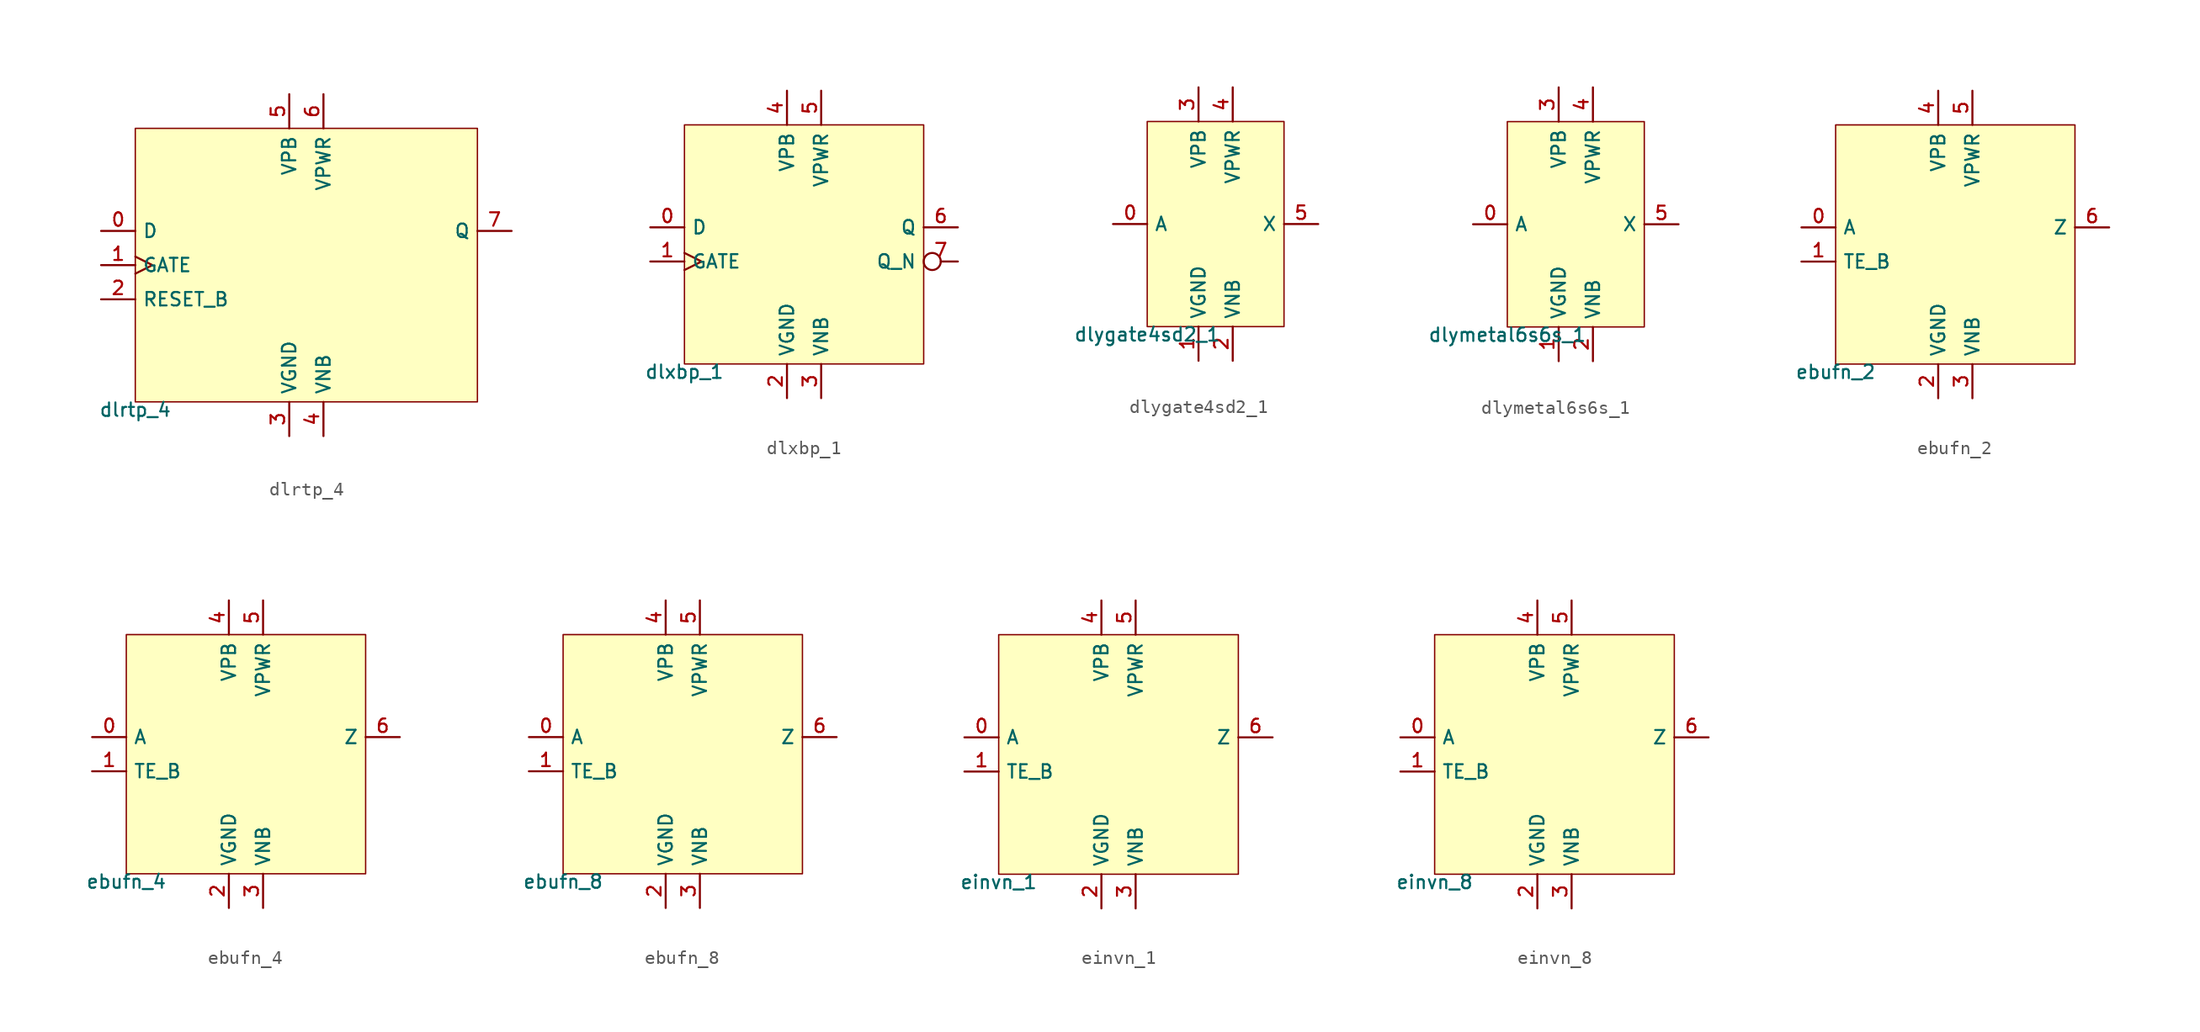
<source format=kicad_sym>
(kicad_symbol_lib
  (version 20211014)
  (generator lef2kicad_sym)
  (symbol "dlrtp_4"
    (property "Reference" "CELL"
      (at 0 0 0)
      (effects (font (size 1 1)) hide))
    (property "Value" "dlrtp_4"
      (at -12.7 -10.16 0)
      (effects (font (size 1 1)) (justify top)))
    (rectangle
      (start -12.7 -10.16)
      (end 12.7 10.16)
      (stroke (width 0.1) (type solid) (color 0 0 0 0))
      (fill (type background)))
    (pin input line
      (at -15.24 2.54 0)
      (length 2.54)
      (name "D" (effects (font (size 1 1)) hide))
      (number "0" (effects (font (size 1 1)) hide)))
    (pin input clock
      (at -15.24 0.0 0)
      (length 2.54)
      (name "GATE" (effects (font (size 1 1)) hide))
      (number "1" (effects (font (size 1 1)) hide)))
    (pin input line
      (at -15.24 -2.54 0)
      (length 2.54)
      (name "RESET_B" (effects (font (size 1 1)) hide))
      (number "2" (effects (font (size 1 1)) hide)))
    (pin power_in line
      (at -1.27 -12.7 90)
      (length 2.54)
      (name "VGND" (effects (font (size 1 1)) hide))
      (number "3" (effects (font (size 1 1)) hide)))
    (pin power_in line
      (at 1.27 -12.7 90)
      (length 2.54)
      (name "VNB" (effects (font (size 1 1)) hide))
      (number "4" (effects (font (size 1 1)) hide)))
    (pin power_in line
      (at -1.27 12.7 270)
      (length 2.54)
      (name "VPB" (effects (font (size 1 1)) hide))
      (number "5" (effects (font (size 1 1)) hide)))
    (pin power_in line
      (at 1.27 12.7 270)
      (length 2.54)
      (name "VPWR" (effects (font (size 1 1)) hide))
      (number "6" (effects (font (size 1 1)) hide)))
    (pin output line
      (at 15.24 2.54 180)
      (length 2.54)
      (name "Q" (effects (font (size 1 1)) hide))
      (number "7" (effects (font (size 1 1)) hide))))
  (symbol "dlxbp_1"
    (property "Reference" "CELL"
      (at 0 0 0)
      (effects (font (size 1 1)) hide))
    (property "Value" "dlxbp_1"
      (at -8.89 -8.89 0)
      (effects (font (size 1 1)) (justify top)))
    (rectangle
      (start -8.89 -8.89)
      (end 8.89 8.89)
      (stroke (width 0.1) (type solid) (color 0 0 0 0))
      (fill (type background)))
    (pin input line
      (at -11.43 1.27 0)
      (length 2.54)
      (name "D" (effects (font (size 1 1)) hide))
      (number "0" (effects (font (size 1 1)) hide)))
    (pin input clock
      (at -11.43 -1.27 0)
      (length 2.54)
      (name "GATE" (effects (font (size 1 1)) hide))
      (number "1" (effects (font (size 1 1)) hide)))
    (pin power_in line
      (at -1.27 -11.43 90)
      (length 2.54)
      (name "VGND" (effects (font (size 1 1)) hide))
      (number "2" (effects (font (size 1 1)) hide)))
    (pin power_in line
      (at 1.27 -11.43 90)
      (length 2.54)
      (name "VNB" (effects (font (size 1 1)) hide))
      (number "3" (effects (font (size 1 1)) hide)))
    (pin power_in line
      (at -1.27 11.43 270)
      (length 2.54)
      (name "VPB" (effects (font (size 1 1)) hide))
      (number "4" (effects (font (size 1 1)) hide)))
    (pin power_in line
      (at 1.27 11.43 270)
      (length 2.54)
      (name "VPWR" (effects (font (size 1 1)) hide))
      (number "5" (effects (font (size 1 1)) hide)))
    (pin output line
      (at 11.43 1.27 180)
      (length 2.54)
      (name "Q" (effects (font (size 1 1)) hide))
      (number "6" (effects (font (size 1 1)) hide)))
    (pin output inverted
      (at 11.43 -1.27 180)
      (length 2.54)
      (name "Q_N" (effects (font (size 1 1)) hide))
      (number "7" (effects (font (size 1 1)) hide))))
  (symbol "dlygate4sd2_1"
    (property "Reference" "CELL"
      (at 0 0 0)
      (effects (font (size 1 1)) hide))
    (property "Value" "dlygate4sd2_1"
      (at -5.08 -7.62 0)
      (effects (font (size 1 1)) (justify top)))
    (rectangle
      (start -5.08 -7.62)
      (end 5.08 7.62)
      (stroke (width 0.1) (type solid) (color 0 0 0 0))
      (fill (type background)))
    (pin input line
      (at -7.62 0.0 0)
      (length 2.54)
      (name "A" (effects (font (size 1 1)) hide))
      (number "0" (effects (font (size 1 1)) hide)))
    (pin power_in line
      (at -1.27 -10.16 90)
      (length 2.54)
      (name "VGND" (effects (font (size 1 1)) hide))
      (number "1" (effects (font (size 1 1)) hide)))
    (pin power_in line
      (at 1.27 -10.16 90)
      (length 2.54)
      (name "VNB" (effects (font (size 1 1)) hide))
      (number "2" (effects (font (size 1 1)) hide)))
    (pin power_in line
      (at -1.27 10.16 270)
      (length 2.54)
      (name "VPB" (effects (font (size 1 1)) hide))
      (number "3" (effects (font (size 1 1)) hide)))
    (pin power_in line
      (at 1.27 10.16 270)
      (length 2.54)
      (name "VPWR" (effects (font (size 1 1)) hide))
      (number "4" (effects (font (size 1 1)) hide)))
    (pin output line
      (at 7.62 0.0 180)
      (length 2.54)
      (name "X" (effects (font (size 1 1)) hide))
      (number "5" (effects (font (size 1 1)) hide))))
  (symbol "dlymetal6s6s_1"
    (property "Reference" "CELL"
      (at 0 0 0)
      (effects (font (size 1 1)) hide))
    (property "Value" "dlymetal6s6s_1"
      (at -5.08 -7.62 0)
      (effects (font (size 1 1)) (justify top)))
    (rectangle
      (start -5.08 -7.62)
      (end 5.08 7.62)
      (stroke (width 0.1) (type solid) (color 0 0 0 0))
      (fill (type background)))
    (pin input line
      (at -7.62 0.0 0)
      (length 2.54)
      (name "A" (effects (font (size 1 1)) hide))
      (number "0" (effects (font (size 1 1)) hide)))
    (pin power_in line
      (at -1.27 -10.16 90)
      (length 2.54)
      (name "VGND" (effects (font (size 1 1)) hide))
      (number "1" (effects (font (size 1 1)) hide)))
    (pin power_in line
      (at 1.27 -10.16 90)
      (length 2.54)
      (name "VNB" (effects (font (size 1 1)) hide))
      (number "2" (effects (font (size 1 1)) hide)))
    (pin power_in line
      (at -1.27 10.16 270)
      (length 2.54)
      (name "VPB" (effects (font (size 1 1)) hide))
      (number "3" (effects (font (size 1 1)) hide)))
    (pin power_in line
      (at 1.27 10.16 270)
      (length 2.54)
      (name "VPWR" (effects (font (size 1 1)) hide))
      (number "4" (effects (font (size 1 1)) hide)))
    (pin output line
      (at 7.62 0.0 180)
      (length 2.54)
      (name "X" (effects (font (size 1 1)) hide))
      (number "5" (effects (font (size 1 1)) hide))))
  (symbol "ebufn_2"
    (property "Reference" "CELL"
      (at 0 0 0)
      (effects (font (size 1 1)) hide))
    (property "Value" "ebufn_2"
      (at -8.89 -8.89 0)
      (effects (font (size 1 1)) (justify top)))
    (rectangle
      (start -8.89 -8.89)
      (end 8.89 8.89)
      (stroke (width 0.1) (type solid) (color 0 0 0 0))
      (fill (type background)))
    (pin input line
      (at -11.43 1.27 0)
      (length 2.54)
      (name "A" (effects (font (size 1 1)) hide))
      (number "0" (effects (font (size 1 1)) hide)))
    (pin input line
      (at -11.43 -1.27 0)
      (length 2.54)
      (name "TE_B" (effects (font (size 1 1)) hide))
      (number "1" (effects (font (size 1 1)) hide)))
    (pin power_in line
      (at -1.27 -11.43 90)
      (length 2.54)
      (name "VGND" (effects (font (size 1 1)) hide))
      (number "2" (effects (font (size 1 1)) hide)))
    (pin power_in line
      (at 1.27 -11.43 90)
      (length 2.54)
      (name "VNB" (effects (font (size 1 1)) hide))
      (number "3" (effects (font (size 1 1)) hide)))
    (pin power_in line
      (at -1.27 11.43 270)
      (length 2.54)
      (name "VPB" (effects (font (size 1 1)) hide))
      (number "4" (effects (font (size 1 1)) hide)))
    (pin power_in line
      (at 1.27 11.43 270)
      (length 2.54)
      (name "VPWR" (effects (font (size 1 1)) hide))
      (number "5" (effects (font (size 1 1)) hide)))
    (pin output line
      (at 11.43 1.27 180)
      (length 2.54)
      (name "Z" (effects (font (size 1 1)) hide))
      (number "6" (effects (font (size 1 1)) hide))))
  (symbol "ebufn_4"
    (property "Reference" "CELL"
      (at 0 0 0)
      (effects (font (size 1 1)) hide))
    (property "Value" "ebufn_4"
      (at -8.89 -8.89 0)
      (effects (font (size 1 1)) (justify top)))
    (rectangle
      (start -8.89 -8.89)
      (end 8.89 8.89)
      (stroke (width 0.1) (type solid) (color 0 0 0 0))
      (fill (type background)))
    (pin input line
      (at -11.43 1.27 0)
      (length 2.54)
      (name "A" (effects (font (size 1 1)) hide))
      (number "0" (effects (font (size 1 1)) hide)))
    (pin input line
      (at -11.43 -1.27 0)
      (length 2.54)
      (name "TE_B" (effects (font (size 1 1)) hide))
      (number "1" (effects (font (size 1 1)) hide)))
    (pin power_in line
      (at -1.27 -11.43 90)
      (length 2.54)
      (name "VGND" (effects (font (size 1 1)) hide))
      (number "2" (effects (font (size 1 1)) hide)))
    (pin power_in line
      (at 1.27 -11.43 90)
      (length 2.54)
      (name "VNB" (effects (font (size 1 1)) hide))
      (number "3" (effects (font (size 1 1)) hide)))
    (pin power_in line
      (at -1.27 11.43 270)
      (length 2.54)
      (name "VPB" (effects (font (size 1 1)) hide))
      (number "4" (effects (font (size 1 1)) hide)))
    (pin power_in line
      (at 1.27 11.43 270)
      (length 2.54)
      (name "VPWR" (effects (font (size 1 1)) hide))
      (number "5" (effects (font (size 1 1)) hide)))
    (pin output line
      (at 11.43 1.27 180)
      (length 2.54)
      (name "Z" (effects (font (size 1 1)) hide))
      (number "6" (effects (font (size 1 1)) hide))))
  (symbol "ebufn_8"
    (property "Reference" "CELL"
      (at 0 0 0)
      (effects (font (size 1 1)) hide))
    (property "Value" "ebufn_8"
      (at -8.89 -8.89 0)
      (effects (font (size 1 1)) (justify top)))
    (rectangle
      (start -8.89 -8.89)
      (end 8.89 8.89)
      (stroke (width 0.1) (type solid) (color 0 0 0 0))
      (fill (type background)))
    (pin input line
      (at -11.43 1.27 0)
      (length 2.54)
      (name "A" (effects (font (size 1 1)) hide))
      (number "0" (effects (font (size 1 1)) hide)))
    (pin input line
      (at -11.43 -1.27 0)
      (length 2.54)
      (name "TE_B" (effects (font (size 1 1)) hide))
      (number "1" (effects (font (size 1 1)) hide)))
    (pin power_in line
      (at -1.27 -11.43 90)
      (length 2.54)
      (name "VGND" (effects (font (size 1 1)) hide))
      (number "2" (effects (font (size 1 1)) hide)))
    (pin power_in line
      (at 1.27 -11.43 90)
      (length 2.54)
      (name "VNB" (effects (font (size 1 1)) hide))
      (number "3" (effects (font (size 1 1)) hide)))
    (pin power_in line
      (at -1.27 11.43 270)
      (length 2.54)
      (name "VPB" (effects (font (size 1 1)) hide))
      (number "4" (effects (font (size 1 1)) hide)))
    (pin power_in line
      (at 1.27 11.43 270)
      (length 2.54)
      (name "VPWR" (effects (font (size 1 1)) hide))
      (number "5" (effects (font (size 1 1)) hide)))
    (pin output line
      (at 11.43 1.27 180)
      (length 2.54)
      (name "Z" (effects (font (size 1 1)) hide))
      (number "6" (effects (font (size 1 1)) hide))))
  (symbol "einvn_1"
    (property "Reference" "CELL"
      (at 0 0 0)
      (effects (font (size 1 1)) hide))
    (property "Value" "einvn_1"
      (at -8.89 -8.89 0)
      (effects (font (size 1 1)) (justify top)))
    (rectangle
      (start -8.89 -8.89)
      (end 8.89 8.89)
      (stroke (width 0.1) (type solid) (color 0 0 0 0))
      (fill (type background)))
    (pin input line
      (at -11.43 1.27 0)
      (length 2.54)
      (name "A" (effects (font (size 1 1)) hide))
      (number "0" (effects (font (size 1 1)) hide)))
    (pin input line
      (at -11.43 -1.27 0)
      (length 2.54)
      (name "TE_B" (effects (font (size 1 1)) hide))
      (number "1" (effects (font (size 1 1)) hide)))
    (pin power_in line
      (at -1.27 -11.43 90)
      (length 2.54)
      (name "VGND" (effects (font (size 1 1)) hide))
      (number "2" (effects (font (size 1 1)) hide)))
    (pin power_in line
      (at 1.27 -11.43 90)
      (length 2.54)
      (name "VNB" (effects (font (size 1 1)) hide))
      (number "3" (effects (font (size 1 1)) hide)))
    (pin power_in line
      (at -1.27 11.43 270)
      (length 2.54)
      (name "VPB" (effects (font (size 1 1)) hide))
      (number "4" (effects (font (size 1 1)) hide)))
    (pin power_in line
      (at 1.27 11.43 270)
      (length 2.54)
      (name "VPWR" (effects (font (size 1 1)) hide))
      (number "5" (effects (font (size 1 1)) hide)))
    (pin output line
      (at 11.43 1.27 180)
      (length 2.54)
      (name "Z" (effects (font (size 1 1)) hide))
      (number "6" (effects (font (size 1 1)) hide))))
  (symbol "einvn_8"
    (property "Reference" "CELL"
      (at 0 0 0)
      (effects (font (size 1 1)) hide))
    (property "Value" "einvn_8"
      (at -8.89 -8.89 0)
      (effects (font (size 1 1)) (justify top)))
    (rectangle
      (start -8.89 -8.89)
      (end 8.89 8.89)
      (stroke (width 0.1) (type solid) (color 0 0 0 0))
      (fill (type background)))
    (pin input line
      (at -11.43 1.27 0)
      (length 2.54)
      (name "A" (effects (font (size 1 1)) hide))
      (number "0" (effects (font (size 1 1)) hide)))
    (pin input line
      (at -11.43 -1.27 0)
      (length 2.54)
      (name "TE_B" (effects (font (size 1 1)) hide))
      (number "1" (effects (font (size 1 1)) hide)))
    (pin power_in line
      (at -1.27 -11.43 90)
      (length 2.54)
      (name "VGND" (effects (font (size 1 1)) hide))
      (number "2" (effects (font (size 1 1)) hide)))
    (pin power_in line
      (at 1.27 -11.43 90)
      (length 2.54)
      (name "VNB" (effects (font (size 1 1)) hide))
      (number "3" (effects (font (size 1 1)) hide)))
    (pin power_in line
      (at -1.27 11.43 270)
      (length 2.54)
      (name "VPB" (effects (font (size 1 1)) hide))
      (number "4" (effects (font (size 1 1)) hide)))
    (pin power_in line
      (at 1.27 11.43 270)
      (length 2.54)
      (name "VPWR" (effects (font (size 1 1)) hide))
      (number "5" (effects (font (size 1 1)) hide)))
    (pin output line
      (at 11.43 1.27 180)
      (length 2.54)
      (name "Z" (effects (font (size 1 1)) hide))
      (number "6" (effects (font (size 1 1)) hide)))))
</source>
